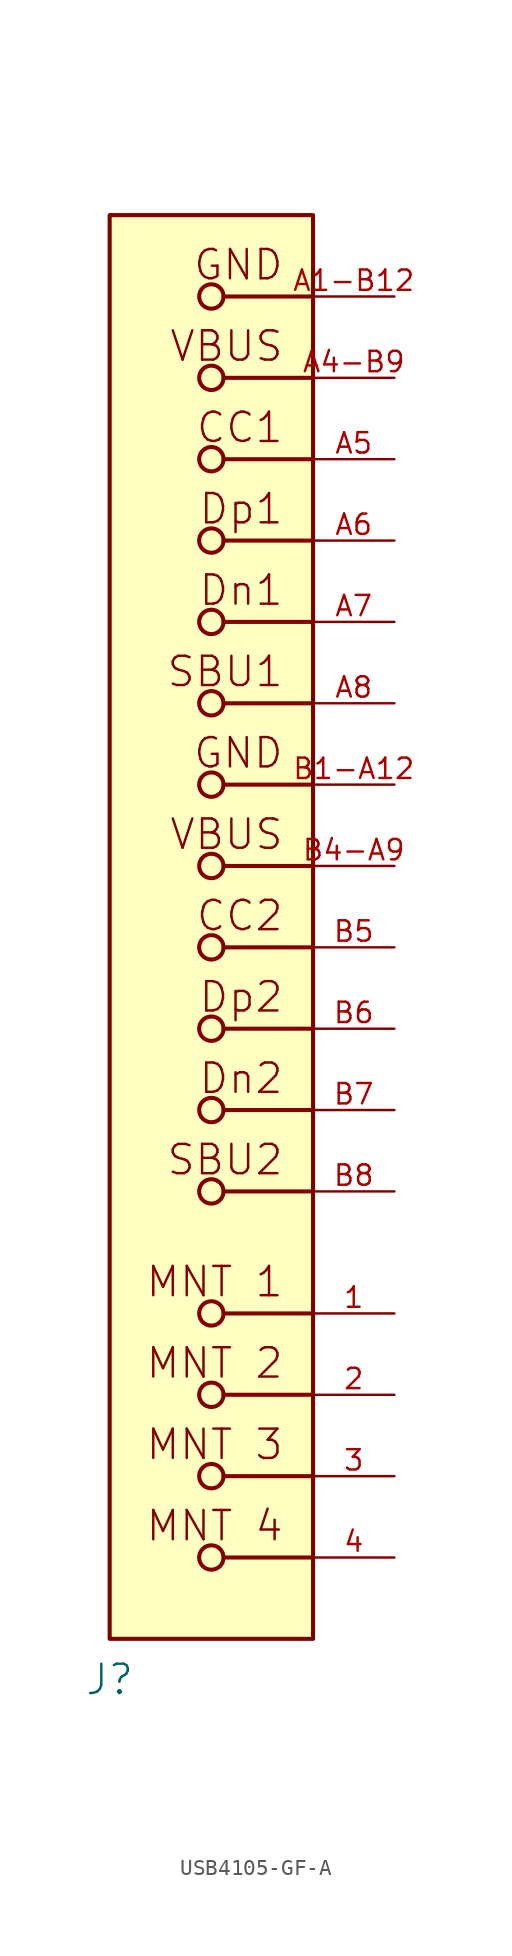
<source format=kicad_sym>
(kicad_symbol_lib
  (version 20231120)
  (generator "kicad_symbol_editor")
  (generator_version "8.0")
  (symbol "USB4105-GF-A"
    (property "Reference" "J"
      (at -17.78 -86.36 0)
      (effects (font (size 1.829 1.829))))
    (symbol "USB4105-GF-A_1_0"
      (circle (center -11.43 -78.74) (radius 0.762) (stroke (width 0.254) (type solid)) (fill (type none)))
      (circle (center -11.43 -73.66) (radius 0.762) (stroke (width 0.254) (type solid)) (fill (type none)))
      (circle (center -11.43 -68.58) (radius 0.762) (stroke (width 0.254) (type solid)) (fill (type none)))
      (circle (center -11.43 -63.5) (radius 0.762) (stroke (width 0.254) (type solid)) (fill (type none)))
      (circle (center -11.43 -55.88) (radius 0.762) (stroke (width 0.254) (type solid)) (fill (type none)))
      (circle (center -11.43 -50.8) (radius 0.762) (stroke (width 0.254) (type solid)) (fill (type none)))
      (circle (center -11.43 -45.72) (radius 0.762) (stroke (width 0.254) (type solid)) (fill (type none)))
      (circle (center -11.43 -40.64) (radius 0.762) (stroke (width 0.254) (type solid)) (fill (type none)))
      (circle (center -11.43 -35.56) (radius 0.762) (stroke (width 0.254) (type solid)) (fill (type none)))
      (circle (center -11.43 -30.48) (radius 0.762) (stroke (width 0.254) (type solid)) (fill (type none)))
      (circle (center -11.43 -25.4) (radius 0.762) (stroke (width 0.254) (type solid)) (fill (type none)))
      (circle (center -11.43 -20.32) (radius 0.762) (stroke (width 0.254) (type solid)) (fill (type none)))
      (circle (center -11.43 -15.24) (radius 0.762) (stroke (width 0.254) (type solid)) (fill (type none)))
      (circle (center -11.43 -10.16) (radius 0.762) (stroke (width 0.254) (type solid)) (fill (type none)))
      (circle (center -11.43 -5.08) (radius 0.762) (stroke (width 0.254) (type solid)) (fill (type none)))
      (circle (center -11.43 0) (radius 0.762) (stroke (width 0.254) (type solid)) (fill (type none)))
      (rectangle (start -5.08 5.08) (end -17.78 -83.82) (stroke (width 0.254) (type solid) (color 128 0 0 1)) (fill (type background)))
      (polyline (pts (xy -10.668 -78.74) (xy -5.08 -78.74)) (stroke (width 0.254) (type solid)) (fill (type none)))
      (polyline (pts (xy -10.668 -73.66) (xy -5.08 -73.66)) (stroke (width 0.254) (type solid)) (fill (type none)))
      (polyline (pts (xy -10.668 -68.58) (xy -5.08 -68.58)) (stroke (width 0.254) (type solid)) (fill (type none)))
      (polyline (pts (xy -10.668 -63.5) (xy -5.08 -63.5)) (stroke (width 0.254) (type solid)) (fill (type none)))
      (polyline (pts (xy -10.668 -55.88) (xy -5.08 -55.88)) (stroke (width 0.254) (type solid)) (fill (type none)))
      (polyline (pts (xy -10.668 -50.8) (xy -5.08 -50.8)) (stroke (width 0.254) (type solid)) (fill (type none)))
      (polyline (pts (xy -10.668 -45.72) (xy -5.08 -45.72)) (stroke (width 0.254) (type solid)) (fill (type none)))
      (polyline (pts (xy -10.668 -40.64) (xy -5.08 -40.64)) (stroke (width 0.254) (type solid)) (fill (type none)))
      (polyline (pts (xy -10.668 -35.56) (xy -5.08 -35.56)) (stroke (width 0.254) (type solid)) (fill (type none)))
      (polyline (pts (xy -10.668 -30.48) (xy -5.08 -30.48)) (stroke (width 0.254) (type solid)) (fill (type none)))
      (polyline (pts (xy -10.668 -25.4) (xy -5.08 -25.4)) (stroke (width 0.254) (type solid)) (fill (type none)))
      (polyline (pts (xy -10.668 -20.32) (xy -5.08 -20.32)) (stroke (width 0.254) (type solid)) (fill (type none)))
      (polyline (pts (xy -10.668 -15.24) (xy -5.08 -15.24)) (stroke (width 0.254) (type solid)) (fill (type none)))
      (polyline (pts (xy -10.668 -10.16) (xy -5.08 -10.16)) (stroke (width 0.254) (type solid)) (fill (type none)))
      (polyline (pts (xy -10.668 -5.08) (xy -5.08 -5.08)) (stroke (width 0.254) (type solid)) (fill (type none)))
      (polyline (pts (xy -10.668 0) (xy -5.08 0)) (stroke (width 0.254) (type solid)) (fill (type none)))
      (text "CC1" (at -6.858 -7.112 0) (effects (font (size 1.829 1.829)) (justify right top)))
      (text "CC2" (at -6.858 -37.592 0) (effects (font (size 1.829 1.829)) (justify right top)))
      (text "Dn1" (at -6.858 -17.272 0) (effects (font (size 1.829 1.829)) (justify right top)))
      (text "Dn2" (at -6.858 -47.752 0) (effects (font (size 1.829 1.829)) (justify right top)))
      (text "Dp1" (at -6.858 -12.192 0) (effects (font (size 1.829 1.829)) (justify right top)))
      (text "Dp2" (at -6.858 -42.672 0) (effects (font (size 1.829 1.829)) (justify right top)))
      (text "GND" (at -6.858 -27.432 0) (effects (font (size 1.829 1.829)) (justify right top)))
      (text "GND" (at -6.858 3.048 0) (effects (font (size 1.829 1.829)) (justify right top)))
      (text "MNT 1" (at -6.858 -60.452 0) (effects (font (size 1.829 1.829)) (justify right top)))
      (text "MNT 2" (at -6.858 -65.532 0) (effects (font (size 1.829 1.829)) (justify right top)))
      (text "MNT 3" (at -6.858 -70.612 0) (effects (font (size 1.829 1.829)) (justify right top)))
      (text "MNT 4" (at -6.858 -75.692 0) (effects (font (size 1.829 1.829)) (justify right top)))
      (text "SBU1" (at -6.858 -22.352 0) (effects (font (size 1.829 1.829)) (justify right top)))
      (text "SBU2" (at -6.858 -52.832 0) (effects (font (size 1.829 1.829)) (justify right top)))
      (text "VBUS" (at -6.858 -32.512 0) (effects (font (size 1.829 1.829)) (justify right top)))
      (text "VBUS" (at -6.858 -2.032 0) (effects (font (size 1.829 1.829)) (justify right top)))
      (pin power_in line (at 0 -63.5 180) (length 5.08) (name "MNT_1" (effects (font (size 0 0)))) (number "1" (effects (font (size 1.27 1.27)))))
      (pin power_in line (at 0 -68.58 180) (length 5.08) (name "MNT_2" (effects (font (size 0 0)))) (number "2" (effects (font (size 1.27 1.27)))))
      (pin power_in line (at 0 -73.66 180) (length 5.08) (name "MNT_3" (effects (font (size 0 0)))) (number "3" (effects (font (size 1.27 1.27)))))
      (pin power_in line (at 0 -78.74 180) (length 5.08) (name "MNT_4" (effects (font (size 0 0)))) (number "4" (effects (font (size 1.27 1.27)))))
      (pin power_in line (at 0 0 180) (length 5.08) (name "GND" (effects (font (size 0 0)))) (number "A1-B12" (effects (font (size 1.27 1.27)))))
      (pin power_in line (at 0 -5.08 180) (length 5.08) (name "VBUS" (effects (font (size 0 0)))) (number "A4-B9" (effects (font (size 1.27 1.27)))))
      (pin power_in line (at 0 -10.16 180) (length 5.08) (name "CC1" (effects (font (size 0 0)))) (number "A5" (effects (font (size 1.27 1.27)))))
      (pin bidirectional line (at 0 -15.24 180) (length 5.08) (name "Dp1" (effects (font (size 0 0)))) (number "A6" (effects (font (size 1.27 1.27)))))
      (pin bidirectional line (at 0 -20.32 180) (length 5.08) (name "Dn1" (effects (font (size 0 0)))) (number "A7" (effects (font (size 1.27 1.27)))))
      (pin bidirectional line (at 0 -25.4 180) (length 5.08) (name "SBU1" (effects (font (size 0 0)))) (number "A8" (effects (font (size 1.27 1.27)))))
      (pin bidirectional line (at 0 -30.48 180) (length 5.08) (name "GND" (effects (font (size 0 0)))) (number "B1-A12" (effects (font (size 1.27 1.27)))))
      (pin bidirectional line (at 0 -35.56 180) (length 5.08) (name "VBUS" (effects (font (size 0 0)))) (number "B4-A9" (effects (font (size 1.27 1.27)))))
      (pin bidirectional line (at 0 -40.64 180) (length 5.08) (name "CC2" (effects (font (size 0 0)))) (number "B5" (effects (font (size 1.27 1.27)))))
      (pin bidirectional line (at 0 -45.72 180) (length 5.08) (name "Dp2" (effects (font (size 0 0)))) (number "B6" (effects (font (size 1.27 1.27)))))
      (pin bidirectional line (at 0 -50.8 180) (length 5.08) (name "Dn2" (effects (font (size 0 0)))) (number "B7" (effects (font (size 1.27 1.27)))))
      (pin power_in line (at 0 -55.88 180) (length 5.08) (name "SBU2" (effects (font (size 0 0)))) (number "B8" (effects (font (size 1.27 1.27))))))))
</source>
